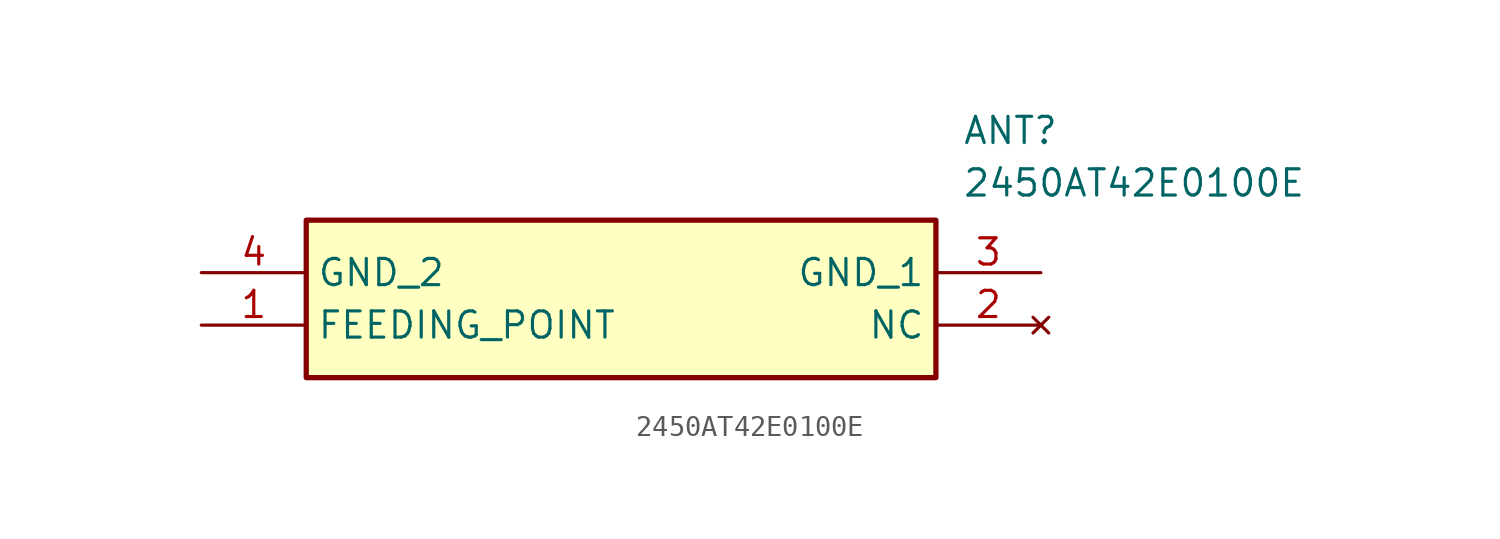
<source format=kicad_sym>
(kicad_symbol_lib
  (version 20211014)
  (generator SamacSys_ECAD_Model)
  (symbol "2450AT42E0100E"
    (property "Reference" "ANT"
      (at 36.83 7.62 0)
      (effects (font (size 1.27 1.27)) (justify left top)))
    (property "Value" "2450AT42E0100E"
      (at 36.83 5.08 0)
      (effects (font (size 1.27 1.27)) (justify left top)))
    (rectangle
      (start 5.08 2.54)
      (end 35.56 -5.08)
      (stroke (width 0.254) (type default))
      (fill (type background)))
    (pin passive line
      (at 0 -2.54 0)
      (length 5.08)
      (name "FEEDING_POINT" (effects (font (size 1.27 1.27))))
      (number "1" (effects (font (size 1.27 1.27)))))
    (pin no_connect line
      (at 40.64 -2.54 180)
      (length 5.08)
      (name "NC" (effects (font (size 1.27 1.27))))
      (number "2" (effects (font (size 1.27 1.27)))))
    (pin passive line
      (at 40.64 0 180)
      (length 5.08)
      (name "GND_1" (effects (font (size 1.27 1.27))))
      (number "3" (effects (font (size 1.27 1.27)))))
    (pin passive line
      (at 0 0 0)
      (length 5.08)
      (name "GND_2" (effects (font (size 1.27 1.27))))
      (number "4" (effects (font (size 1.27 1.27)))))))
</source>
